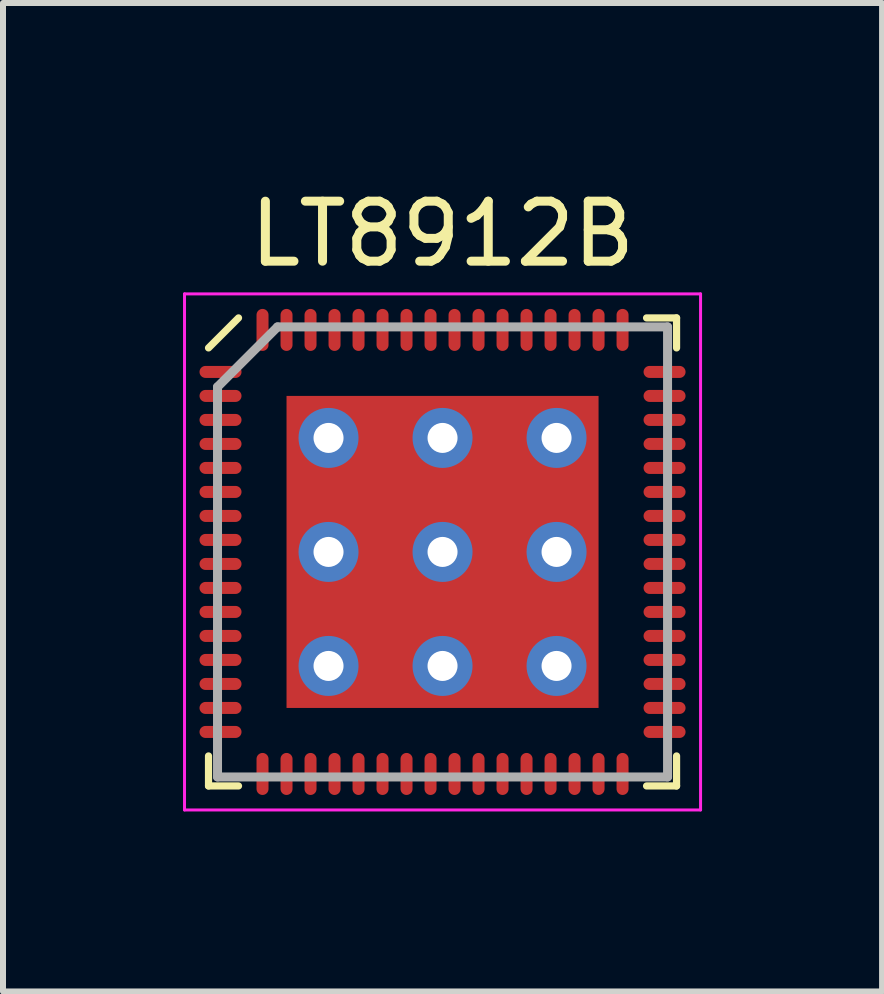
<source format=kicad_pcb>
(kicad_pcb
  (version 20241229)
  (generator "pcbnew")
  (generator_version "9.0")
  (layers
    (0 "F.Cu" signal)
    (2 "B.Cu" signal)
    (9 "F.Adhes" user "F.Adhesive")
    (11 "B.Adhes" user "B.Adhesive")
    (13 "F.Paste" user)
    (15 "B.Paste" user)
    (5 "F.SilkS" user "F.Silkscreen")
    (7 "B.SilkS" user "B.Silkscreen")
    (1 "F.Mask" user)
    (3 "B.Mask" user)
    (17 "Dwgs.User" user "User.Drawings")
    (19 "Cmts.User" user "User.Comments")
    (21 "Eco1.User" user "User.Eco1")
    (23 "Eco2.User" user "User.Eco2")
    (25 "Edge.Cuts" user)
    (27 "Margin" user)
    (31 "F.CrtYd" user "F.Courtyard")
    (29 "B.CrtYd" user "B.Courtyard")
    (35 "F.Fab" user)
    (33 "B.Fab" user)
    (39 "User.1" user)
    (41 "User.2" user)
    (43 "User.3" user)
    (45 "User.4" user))
  (footprint "LT8912B"
    (layer "F.Cu")
    (at 4.325 6.148)
    (property "Reference" "LT8912B" (at 0 -5.3 180) (layer "F.SilkS") (effects (font (size 1 1) (thickness 0.15))))
    (attr smd)
    (fp_line (start -3.9 3.9) (end -3.9 3.4) (stroke (width 0.12) (type default)) (layer "F.SilkS"))
    (fp_line (start -3.4 -3.9) (end -3.9 -3.4) (stroke (width 0.12) (type default)) (layer "F.SilkS"))
    (fp_line (start -3.4 3.9) (end -3.9 3.9) (stroke (width 0.12) (type default)) (layer "F.SilkS"))
    (fp_line (start 3.4 -3.9) (end 3.9 -3.9) (stroke (width 0.12) (type default)) (layer "F.SilkS"))
    (fp_line (start 3.4 3.9) (end 3.9 3.9) (stroke (width 0.12) (type default)) (layer "F.SilkS"))
    (fp_line (start 3.9 -3.9) (end 3.9 -3.4) (stroke (width 0.12) (type default)) (layer "F.SilkS"))
    (fp_line (start 3.9 3.9) (end 3.9 3.4) (stroke (width 0.12) (type default)) (layer "F.SilkS"))
    (fp_poly (pts (xy -2.2 -1.25) (xy -1.6 -1.25) (xy -1.6 -0.65) (xy -2.2 -0.65)) (stroke (width 0.1) (type solid)) (fill yes) (layer "F.Paste"))
    (fp_poly (pts (xy -2.2 0.65) (xy -1.6 0.65) (xy -1.6 1.25) (xy -2.2 1.25)) (stroke (width 0.1) (type solid)) (fill yes) (layer "F.Paste"))
    (fp_poly (pts (xy -1.25 -2.2) (xy -0.65 -2.2) (xy -0.65 -1.6) (xy -1.25 -1.6)) (stroke (width 0.1) (type solid)) (fill yes) (layer "F.Paste"))
    (fp_poly (pts (xy -1.25 -1.25) (xy -0.65 -1.25) (xy -0.65 -0.65) (xy -1.25 -0.65)) (stroke (width 0.1) (type solid)) (fill yes) (layer "F.Paste"))
    (fp_poly (pts (xy -1.25 -0.3) (xy -0.65 -0.3) (xy -0.65 0.3) (xy -1.25 0.3)) (stroke (width 0.1) (type solid)) (fill yes) (layer "F.Paste"))
    (fp_poly (pts (xy -1.25 0.65) (xy -0.65 0.65) (xy -0.65 1.25) (xy -1.25 1.25)) (stroke (width 0.1) (type solid)) (fill yes) (layer "F.Paste"))
    (fp_poly (pts (xy -1.25 1.6) (xy -0.65 1.6) (xy -0.65 2.2) (xy -1.25 2.2)) (stroke (width 0.1) (type solid)) (fill yes) (layer "F.Paste"))
    (fp_poly (pts (xy -0.3 -1.25) (xy 0.3 -1.25) (xy 0.3 -0.65) (xy -0.3 -0.65)) (stroke (width 0.1) (type solid)) (fill yes) (layer "F.Paste"))
    (fp_poly (pts (xy -0.3 0.65) (xy 0.3 0.65) (xy 0.3 1.25) (xy -0.3 1.25)) (stroke (width 0.1) (type solid)) (fill yes) (layer "F.Paste"))
    (fp_poly (pts (xy 0.65 -2.2) (xy 1.25 -2.2) (xy 1.25 -1.6) (xy 0.65 -1.6)) (stroke (width 0.1) (type solid)) (fill yes) (layer "F.Paste"))
    (fp_poly (pts (xy 0.65 -1.25) (xy 1.25 -1.25) (xy 1.25 -0.65) (xy 0.65 -0.65)) (stroke (width 0.1) (type solid)) (fill yes) (layer "F.Paste"))
    (fp_poly (pts (xy 0.65 -0.3) (xy 1.25 -0.3) (xy 1.25 0.3) (xy 0.65 0.3)) (stroke (width 0.1) (type solid)) (fill yes) (layer "F.Paste"))
    (fp_poly (pts (xy 0.65 0.65) (xy 1.25 0.65) (xy 1.25 1.25) (xy 0.65 1.25)) (stroke (width 0.1) (type solid)) (fill yes) (layer "F.Paste"))
    (fp_poly (pts (xy 0.65 1.6) (xy 1.25 1.6) (xy 1.25 2.2) (xy 0.65 2.2)) (stroke (width 0.1) (type solid)) (fill yes) (layer "F.Paste"))
    (fp_poly (pts (xy 1.6 -1.25) (xy 2.2 -1.25) (xy 2.2 -0.65) (xy 1.6 -0.65)) (stroke (width 0.1) (type solid)) (fill yes) (layer "F.Paste"))
    (fp_poly (pts (xy 1.6 0.65) (xy 2.2 0.65) (xy 2.2 1.25) (xy 1.6 1.25)) (stroke (width 0.1) (type solid)) (fill yes) (layer "F.Paste"))
    (fp_line (start -4.3 -4.3) (end 4.3 -4.3) (stroke (width 0.05) (type default)) (layer "F.CrtYd"))
    (fp_line (start -4.3 4.3) (end -4.3 -4.3) (stroke (width 0.05) (type default)) (layer "F.CrtYd"))
    (fp_line (start 4.3 -4.3) (end 4.3 4.3) (stroke (width 0.05) (type default)) (layer "F.CrtYd"))
    (fp_line (start 4.3 4.3) (end -4.3 4.3) (stroke (width 0.05) (type default)) (layer "F.CrtYd"))
    (fp_line (start -3.75 -2.75) (end -3.75 3.75) (stroke (width 0.15) (type default)) (layer "F.Fab"))
    (fp_line (start -3.75 3.75) (end 3.75 3.75) (stroke (width 0.15) (type default)) (layer "F.Fab"))
    (fp_line (start -2.75 -3.75) (end -3.75 -2.75) (stroke (width 0.15) (type default)) (layer "F.Fab"))
    (fp_line (start 3.75 -3.75) (end -2.75 -3.75) (stroke (width 0.15) (type default)) (layer "F.Fab"))
    (fp_line (start 3.75 3.75) (end 3.75 -3.75) (stroke (width 0.15) (type default)) (layer "F.Fab"))
    (pad "1" smd oval (at -3.7 -3 90) (size 0.2 0.7) (layers "F.Cu" "F.Mask" "F.Paste"))
    (pad "2" smd oval (at -3.7 -2.6 90) (size 0.2 0.7) (layers "F.Cu" "F.Mask" "F.Paste"))
    (pad "3" smd oval (at -3.7 -2.2 90) (size 0.2 0.7) (layers "F.Cu" "F.Mask" "F.Paste"))
    (pad "4" smd oval (at -3.7 -1.8 90) (size 0.2 0.7) (layers "F.Cu" "F.Mask" "F.Paste"))
    (pad "5" smd oval (at -3.7 -1.4 90) (size 0.2 0.7) (layers "F.Cu" "F.Mask" "F.Paste"))
    (pad "6" smd oval (at -3.7 -1 90) (size 0.2 0.7) (layers "F.Cu" "F.Mask" "F.Paste"))
    (pad "7" smd oval (at -3.7 -0.6 90) (size 0.2 0.7) (layers "F.Cu" "F.Mask" "F.Paste"))
    (pad "8" smd oval (at -3.7 -0.2 90) (size 0.2 0.7) (layers "F.Cu" "F.Mask" "F.Paste"))
    (pad "9" smd oval (at -3.7 0.2 90) (size 0.2 0.7) (layers "F.Cu" "F.Mask" "F.Paste"))
    (pad "10" smd oval (at -3.7 0.6 90) (size 0.2 0.7) (layers "F.Cu" "F.Mask" "F.Paste"))
    (pad "11" smd oval (at -3.7 1 90) (size 0.2 0.7) (layers "F.Cu" "F.Mask" "F.Paste"))
    (pad "12" smd oval (at -3.7 1.4 90) (size 0.2 0.7) (layers "F.Cu" "F.Mask" "F.Paste"))
    (pad "13" smd oval (at -3.7 1.8 90) (size 0.2 0.7) (layers "F.Cu" "F.Mask" "F.Paste"))
    (pad "14" smd oval (at -3.7 2.2 90) (size 0.2 0.7) (layers "F.Cu" "F.Mask" "F.Paste"))
    (pad "15" smd oval (at -3.7 2.6 90) (size 0.2 0.7) (layers "F.Cu" "F.Mask" "F.Paste"))
    (pad "16" smd oval (at -3.7 3 90) (size 0.2 0.7) (layers "F.Cu" "F.Mask" "F.Paste"))
    (pad "17" smd oval (at -3 3.7) (size 0.2 0.7) (layers "F.Cu" "F.Mask" "F.Paste"))
    (pad "18" smd oval (at -2.6 3.7) (size 0.2 0.7) (layers "F.Cu" "F.Mask" "F.Paste"))
    (pad "19" smd oval (at -2.2 3.7) (size 0.2 0.7) (layers "F.Cu" "F.Mask" "F.Paste"))
    (pad "20" smd oval (at -1.8 3.7) (size 0.2 0.7) (layers "F.Cu" "F.Mask" "F.Paste"))
    (pad "21" smd oval (at -1.4 3.7) (size 0.2 0.7) (layers "F.Cu" "F.Mask" "F.Paste"))
    (pad "22" smd oval (at -1 3.7) (size 0.2 0.7) (layers "F.Cu" "F.Mask" "F.Paste"))
    (pad "23" smd oval (at -0.6 3.7) (size 0.2 0.7) (layers "F.Cu" "F.Mask" "F.Paste"))
    (pad "24" smd oval (at -0.2 3.7) (size 0.2 0.7) (layers "F.Cu" "F.Mask" "F.Paste"))
    (pad "25" smd oval (at 0.2 3.7) (size 0.2 0.7) (layers "F.Cu" "F.Mask" "F.Paste"))
    (pad "26" smd oval (at 0.6 3.7) (size 0.2 0.7) (layers "F.Cu" "F.Mask" "F.Paste"))
    (pad "27" smd oval (at 1 3.7) (size 0.2 0.7) (layers "F.Cu" "F.Mask" "F.Paste"))
    (pad "28" smd oval (at 1.4 3.7) (size 0.2 0.7) (layers "F.Cu" "F.Mask" "F.Paste"))
    (pad "29" smd oval (at 1.8 3.7) (size 0.2 0.7) (layers "F.Cu" "F.Mask" "F.Paste"))
    (pad "30" smd oval (at 2.2 3.7) (size 0.2 0.7) (layers "F.Cu" "F.Mask" "F.Paste"))
    (pad "31" smd oval (at 2.6 3.7) (size 0.2 0.7) (layers "F.Cu" "F.Mask" "F.Paste"))
    (pad "32" smd oval (at 3 3.7) (size 0.2 0.7) (layers "F.Cu" "F.Mask" "F.Paste"))
    (pad "33" smd oval (at 3.7 3 90) (size 0.2 0.7) (layers "F.Cu" "F.Mask" "F.Paste"))
    (pad "34" smd oval (at 3.7 2.6 90) (size 0.2 0.7) (layers "F.Cu" "F.Mask" "F.Paste"))
    (pad "35" smd oval (at 3.7 2.2 90) (size 0.2 0.7) (layers "F.Cu" "F.Mask" "F.Paste"))
    (pad "36" smd oval (at 3.7 1.8 90) (size 0.2 0.7) (layers "F.Cu" "F.Mask" "F.Paste"))
    (pad "37" smd oval (at 3.7 1.4 90) (size 0.2 0.7) (layers "F.Cu" "F.Mask" "F.Paste"))
    (pad "38" smd oval (at 3.7 1 90) (size 0.2 0.7) (layers "F.Cu" "F.Mask" "F.Paste"))
    (pad "39" smd oval (at 3.7 0.6 90) (size 0.2 0.7) (layers "F.Cu" "F.Mask" "F.Paste"))
    (pad "40" smd oval (at 3.7 0.2 90) (size 0.2 0.7) (layers "F.Cu" "F.Mask" "F.Paste"))
    (pad "41" smd oval (at 3.7 -0.2 90) (size 0.2 0.7) (layers "F.Cu" "F.Mask" "F.Paste"))
    (pad "42" smd oval (at 3.7 -0.6 90) (size 0.2 0.7) (layers "F.Cu" "F.Mask" "F.Paste"))
    (pad "43" smd oval (at 3.7 -1 90) (size 0.2 0.7) (layers "F.Cu" "F.Mask" "F.Paste"))
    (pad "44" smd oval (at 3.7 -1.4 90) (size 0.2 0.7) (layers "F.Cu" "F.Mask" "F.Paste"))
    (pad "45" smd oval (at 3.7 -1.8 90) (size 0.2 0.7) (layers "F.Cu" "F.Mask" "F.Paste"))
    (pad "46" smd oval (at 3.7 -2.2 90) (size 0.2 0.7) (layers "F.Cu" "F.Mask" "F.Paste"))
    (pad "47" smd oval (at 3.7 -2.6 90) (size 0.2 0.7) (layers "F.Cu" "F.Mask" "F.Paste"))
    (pad "48" smd oval (at 3.7 -3 90) (size 0.2 0.7) (layers "F.Cu" "F.Mask" "F.Paste"))
    (pad "49" smd oval (at 3 -3.7) (size 0.2 0.7) (layers "F.Cu" "F.Mask" "F.Paste"))
    (pad "50" smd oval (at 2.6 -3.7) (size 0.2 0.7) (layers "F.Cu" "F.Mask" "F.Paste"))
    (pad "51" smd oval (at 2.2 -3.7) (size 0.2 0.7) (layers "F.Cu" "F.Mask" "F.Paste"))
    (pad "52" smd oval (at 1.8 -3.7) (size 0.2 0.7) (layers "F.Cu" "F.Mask" "F.Paste"))
    (pad "53" smd oval (at 1.4 -3.7) (size 0.2 0.7) (layers "F.Cu" "F.Mask" "F.Paste"))
    (pad "54" smd oval (at 1 -3.7) (size 0.2 0.7) (layers "F.Cu" "F.Mask" "F.Paste"))
    (pad "55" smd oval (at 0.6 -3.7) (size 0.2 0.7) (layers "F.Cu" "F.Mask" "F.Paste"))
    (pad "56" smd oval (at 0.2 -3.7) (size 0.2 0.7) (layers "F.Cu" "F.Mask" "F.Paste"))
    (pad "57" smd oval (at -0.2 -3.7) (size 0.2 0.7) (layers "F.Cu" "F.Mask" "F.Paste"))
    (pad "58" smd oval (at -0.6 -3.7) (size 0.2 0.7) (layers "F.Cu" "F.Mask" "F.Paste"))
    (pad "59" smd oval (at -1 -3.7) (size 0.2 0.7) (layers "F.Cu" "F.Mask" "F.Paste"))
    (pad "60" smd oval (at -1.4 -3.7) (size 0.2 0.7) (layers "F.Cu" "F.Mask" "F.Paste"))
    (pad "61" smd oval (at -1.8 -3.7) (size 0.2 0.7) (layers "F.Cu" "F.Mask" "F.Paste"))
    (pad "62" smd oval (at -2.2 -3.7) (size 0.2 0.7) (layers "F.Cu" "F.Mask" "F.Paste"))
    (pad "63" smd oval (at -2.6 -3.7) (size 0.2 0.7) (layers "F.Cu" "F.Mask" "F.Paste"))
    (pad "64" smd oval (at -3 -3.7) (size 0.2 0.7) (layers "F.Cu" "F.Mask" "F.Paste"))
    (pad "65" thru_hole circle (at -1.9 -1.9) (size 1 1) (drill 0.5) (layers "*.Cu" "*.Mask"))
    (pad "65" thru_hole circle (at -1.9 0) (size 1 1) (drill 0.5) (layers "*.Cu" "*.Mask"))
    (pad "65" thru_hole circle (at -1.9 1.9) (size 1 1) (drill 0.5) (layers "*.Cu" "*.Mask"))
    (pad "65" thru_hole circle (at 0 -1.9) (size 1 1) (drill 0.5) (layers "*.Cu" "*.Mask"))
    (pad "65" thru_hole circle (at 0 0) (size 1 1) (drill 0.5) (layers "*.Cu" "*.Mask"))
    (pad "65" smd rect (at 0 0) (size 5.2 5.2) (layers "F.Cu" "F.Mask" "F.Paste"))
    (pad "65" thru_hole circle (at 0 1.9) (size 1 1) (drill 0.5) (layers "*.Cu" "*.Mask"))
    (pad "65" thru_hole circle (at 1.9 -1.9) (size 1 1) (drill 0.5) (layers "*.Cu" "*.Mask"))
    (pad "65" thru_hole circle (at 1.9 0) (size 1 1) (drill 0.5) (layers "*.Cu" "*.Mask"))
    (pad "65" thru_hole circle (at 1.9 1.9) (size 1 1) (drill 0.5) (layers "*.Cu" "*.Mask")))
  (gr_rect
    (start -3 -3)
    (end 11.65 13.473)
    (stroke (width 0.1) (type default))
    (fill no)
    (layer "Edge.Cuts")))
</source>
